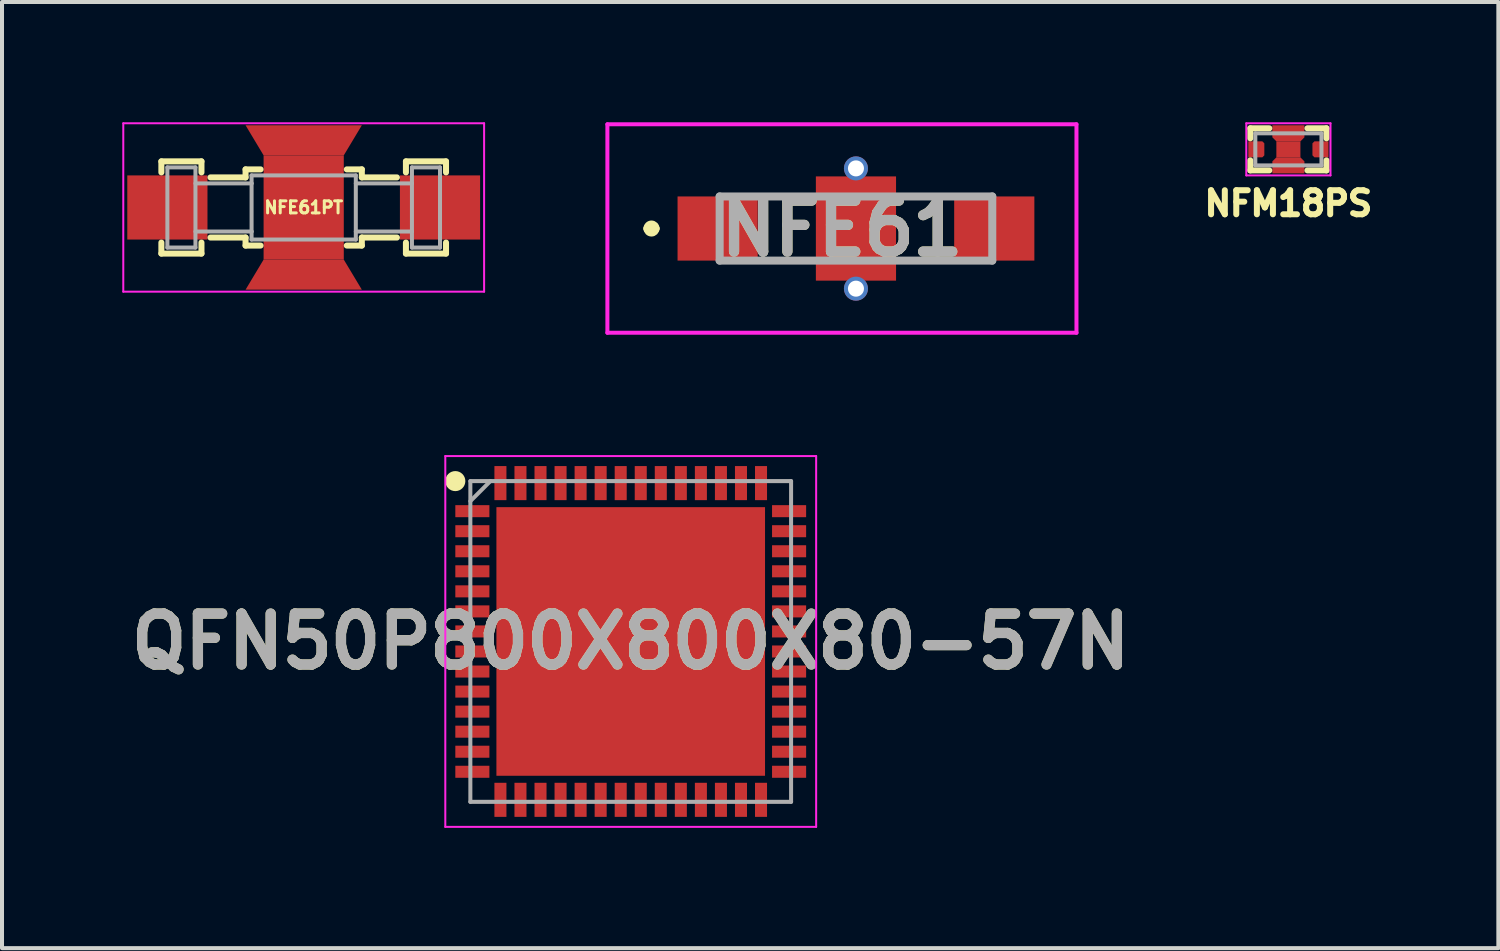
<source format=kicad_pcb>
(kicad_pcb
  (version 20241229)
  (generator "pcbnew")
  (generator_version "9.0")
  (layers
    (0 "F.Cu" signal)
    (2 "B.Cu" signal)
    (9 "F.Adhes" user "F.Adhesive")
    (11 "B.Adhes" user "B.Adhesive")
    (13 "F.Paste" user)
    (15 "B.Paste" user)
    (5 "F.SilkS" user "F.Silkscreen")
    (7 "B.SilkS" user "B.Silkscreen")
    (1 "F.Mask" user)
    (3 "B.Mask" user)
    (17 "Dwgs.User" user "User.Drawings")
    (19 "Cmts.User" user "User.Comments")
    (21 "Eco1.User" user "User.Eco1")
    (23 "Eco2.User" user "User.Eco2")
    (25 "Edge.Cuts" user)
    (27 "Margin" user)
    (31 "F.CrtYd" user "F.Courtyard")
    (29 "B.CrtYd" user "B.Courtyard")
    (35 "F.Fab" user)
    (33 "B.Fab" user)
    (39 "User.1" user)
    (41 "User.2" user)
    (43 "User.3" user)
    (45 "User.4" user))
  (footprint "NFE61"
    (layer "F.Cu")
    (at 18.3 2.65)
    (property "Reference" "NFE61" (at -0.35 0 0) (layer "F.SilkS") (effects (font (size 1.27 1.27) (thickness 0.254))))
    (attr through_hole)
    (fp_line (start -5.2 0) (end -5.2 0) (stroke (width 0.2) (type solid)) (layer "F.SilkS"))
    (fp_line (start -5 0) (end -5 0) (stroke (width 0.2) (type solid)) (layer "F.SilkS"))
    (fp_line (start -2.2 -0.8) (end -1.3 -0.8) (stroke (width 0.1) (type solid)) (layer "F.SilkS"))
    (fp_line (start -2.2 0.8) (end -1.3 0.8) (stroke (width 0.1) (type solid)) (layer "F.SilkS"))
    (fp_line (start 1.3 -0.8) (end 2.2 -0.8) (stroke (width 0.1) (type solid)) (layer "F.SilkS"))
    (fp_line (start 2.2 0.8) (end 1.3 0.8) (stroke (width 0.1) (type solid)) (layer "F.SilkS"))
    (fp_arc (start -5.2 0) (mid -5.1 -0.1) (end -5 0) (stroke (width 0.2) (type solid)) (layer "F.SilkS"))
    (fp_arc (start -5 0) (mid -5.1 0.1) (end -5.2 0) (stroke (width 0.2) (type solid)) (layer "F.SilkS"))
    (fp_line (start -6.2 -2.6) (end -6.2 2.6) (stroke (width 0.1) (type solid)) (layer "F.CrtYd"))
    (fp_line (start -6.2 2.6) (end 5.5 2.6) (stroke (width 0.1) (type solid)) (layer "F.CrtYd"))
    (fp_line (start 5.5 -2.6) (end -6.2 -2.6) (stroke (width 0.1) (type solid)) (layer "F.CrtYd"))
    (fp_line (start 5.5 2.6) (end 5.5 -2.6) (stroke (width 0.1) (type solid)) (layer "F.CrtYd"))
    (fp_line (start -3.4 -0.8) (end -3.4 0.8) (stroke (width 0.2) (type solid)) (layer "F.Fab"))
    (fp_line (start -3.4 0.8) (end 3.4 0.8) (stroke (width 0.2) (type solid)) (layer "F.Fab"))
    (fp_line (start 3.4 -0.8) (end -3.4 -0.8) (stroke (width 0.2) (type solid)) (layer "F.Fab"))
    (fp_line (start 3.4 0.8) (end 3.4 -0.8) (stroke (width 0.2) (type solid)) (layer "F.Fab"))
    (fp_text user "${REFERENCE}" (at -0.35 0 0) (layer "F.Fab") (effects (font (size 1.27 1.27) (thickness 0.254))))
    (pad "1" smd rect (at -3.45 0 90) (size 1.6 2) (layers "F.Cu" "F.Mask" "F.Paste"))
    (pad "2" smd rect (at 0 0) (size 2 2.6) (layers "F.Cu" "F.Mask" "F.Paste"))
    (pad "3" smd rect (at 3.45 0 90) (size 1.6 2) (layers "F.Cu" "F.Mask" "F.Paste"))
    (pad "4" thru_hole circle (at 0 -1.5) (size 0.6 0.6) (drill 0.4) (layers "*.Cu" "*.Mask"))
    (pad "5" thru_hole circle (at 0 1.5) (size 0.6 0.6) (drill 0.4) (layers "*.Cu" "*.Mask")))
  (footprint "QFN50P800X800X80-57N"
    (layer "F.Cu")
    (at 12.682 12.95)
    (property "Reference" "QFN50P800X800X80-57N" (at 0 0 0) (layer "F.SilkS") (effects (font (size 1.27 1.27) (thickness 0.254))))
    (attr smd)
    (fp_circle (center -4.375 -4) (end -4.375 -3.875) (stroke (width 0.25) (type solid)) (fill no) (layer "F.SilkS"))
    (fp_line (start -4.625 -4.625) (end 4.625 -4.625) (stroke (width 0.05) (type solid)) (layer "F.CrtYd"))
    (fp_line (start -4.625 4.625) (end -4.625 -4.625) (stroke (width 0.05) (type solid)) (layer "F.CrtYd"))
    (fp_line (start 4.625 -4.625) (end 4.625 4.625) (stroke (width 0.05) (type solid)) (layer "F.CrtYd"))
    (fp_line (start 4.625 4.625) (end -4.625 4.625) (stroke (width 0.05) (type solid)) (layer "F.CrtYd"))
    (fp_line (start -4 -4) (end 4 -4) (stroke (width 0.1) (type solid)) (layer "F.Fab"))
    (fp_line (start -4 -3.5) (end -3.5 -4) (stroke (width 0.1) (type solid)) (layer "F.Fab"))
    (fp_line (start -4 4) (end -4 -4) (stroke (width 0.1) (type solid)) (layer "F.Fab"))
    (fp_line (start 4 -4) (end 4 4) (stroke (width 0.1) (type solid)) (layer "F.Fab"))
    (fp_line (start 4 4) (end -4 4) (stroke (width 0.1) (type solid)) (layer "F.Fab"))
    (fp_text user "${REFERENCE}" (at 0 0 0) (layer "F.Fab") (effects (font (size 1.27 1.27) (thickness 0.254))))
    (pad "1" smd rect (at -3.95 -3.25 90) (size 0.3 0.85) (layers "F.Cu" "F.Mask" "F.Paste"))
    (pad "2" smd rect (at -3.95 -2.75 90) (size 0.3 0.85) (layers "F.Cu" "F.Mask" "F.Paste"))
    (pad "3" smd rect (at -3.95 -2.25 90) (size 0.3 0.85) (layers "F.Cu" "F.Mask" "F.Paste"))
    (pad "4" smd rect (at -3.95 -1.75 90) (size 0.3 0.85) (layers "F.Cu" "F.Mask" "F.Paste"))
    (pad "5" smd rect (at -3.95 -1.25 90) (size 0.3 0.85) (layers "F.Cu" "F.Mask" "F.Paste"))
    (pad "6" smd rect (at -3.95 -0.75 90) (size 0.3 0.85) (layers "F.Cu" "F.Mask" "F.Paste"))
    (pad "7" smd rect (at -3.95 -0.25 90) (size 0.3 0.85) (layers "F.Cu" "F.Mask" "F.Paste"))
    (pad "8" smd rect (at -3.95 0.25 90) (size 0.3 0.85) (layers "F.Cu" "F.Mask" "F.Paste"))
    (pad "9" smd rect (at -3.95 0.75 90) (size 0.3 0.85) (layers "F.Cu" "F.Mask" "F.Paste"))
    (pad "10" smd rect (at -3.95 1.25 90) (size 0.3 0.85) (layers "F.Cu" "F.Mask" "F.Paste"))
    (pad "11" smd rect (at -3.95 1.75 90) (size 0.3 0.85) (layers "F.Cu" "F.Mask" "F.Paste"))
    (pad "12" smd rect (at -3.95 2.25 90) (size 0.3 0.85) (layers "F.Cu" "F.Mask" "F.Paste"))
    (pad "13" smd rect (at -3.95 2.75 90) (size 0.3 0.85) (layers "F.Cu" "F.Mask" "F.Paste"))
    (pad "14" smd rect (at -3.95 3.25 90) (size 0.3 0.85) (layers "F.Cu" "F.Mask" "F.Paste"))
    (pad "15" smd rect (at -3.25 3.95) (size 0.3 0.85) (layers "F.Cu" "F.Mask" "F.Paste"))
    (pad "16" smd rect (at -2.75 3.95) (size 0.3 0.85) (layers "F.Cu" "F.Mask" "F.Paste"))
    (pad "17" smd rect (at -2.25 3.95) (size 0.3 0.85) (layers "F.Cu" "F.Mask" "F.Paste"))
    (pad "18" smd rect (at -1.75 3.95) (size 0.3 0.85) (layers "F.Cu" "F.Mask" "F.Paste"))
    (pad "19" smd rect (at -1.25 3.95) (size 0.3 0.85) (layers "F.Cu" "F.Mask" "F.Paste"))
    (pad "20" smd rect (at -0.75 3.95) (size 0.3 0.85) (layers "F.Cu" "F.Mask" "F.Paste"))
    (pad "21" smd rect (at -0.25 3.95) (size 0.3 0.85) (layers "F.Cu" "F.Mask" "F.Paste"))
    (pad "22" smd rect (at 0.25 3.95) (size 0.3 0.85) (layers "F.Cu" "F.Mask" "F.Paste"))
    (pad "23" smd rect (at 0.75 3.95) (size 0.3 0.85) (layers "F.Cu" "F.Mask" "F.Paste"))
    (pad "24" smd rect (at 1.25 3.95) (size 0.3 0.85) (layers "F.Cu" "F.Mask" "F.Paste"))
    (pad "25" smd rect (at 1.75 3.95) (size 0.3 0.85) (layers "F.Cu" "F.Mask" "F.Paste"))
    (pad "26" smd rect (at 2.25 3.95) (size 0.3 0.85) (layers "F.Cu" "F.Mask" "F.Paste"))
    (pad "27" smd rect (at 2.75 3.95) (size 0.3 0.85) (layers "F.Cu" "F.Mask" "F.Paste"))
    (pad "28" smd rect (at 3.25 3.95) (size 0.3 0.85) (layers "F.Cu" "F.Mask" "F.Paste"))
    (pad "29" smd rect (at 3.95 3.25 90) (size 0.3 0.85) (layers "F.Cu" "F.Mask" "F.Paste"))
    (pad "30" smd rect (at 3.95 2.75 90) (size 0.3 0.85) (layers "F.Cu" "F.Mask" "F.Paste"))
    (pad "31" smd rect (at 3.95 2.25 90) (size 0.3 0.85) (layers "F.Cu" "F.Mask" "F.Paste"))
    (pad "32" smd rect (at 3.95 1.75 90) (size 0.3 0.85) (layers "F.Cu" "F.Mask" "F.Paste"))
    (pad "33" smd rect (at 3.95 1.25 90) (size 0.3 0.85) (layers "F.Cu" "F.Mask" "F.Paste"))
    (pad "34" smd rect (at 3.95 0.75 90) (size 0.3 0.85) (layers "F.Cu" "F.Mask" "F.Paste"))
    (pad "35" smd rect (at 3.95 0.25 90) (size 0.3 0.85) (layers "F.Cu" "F.Mask" "F.Paste"))
    (pad "36" smd rect (at 3.95 -0.25 90) (size 0.3 0.85) (layers "F.Cu" "F.Mask" "F.Paste"))
    (pad "37" smd rect (at 3.95 -0.75 90) (size 0.3 0.85) (layers "F.Cu" "F.Mask" "F.Paste"))
    (pad "38" smd rect (at 3.95 -1.25 90) (size 0.3 0.85) (layers "F.Cu" "F.Mask" "F.Paste"))
    (pad "39" smd rect (at 3.95 -1.75 90) (size 0.3 0.85) (layers "F.Cu" "F.Mask" "F.Paste"))
    (pad "40" smd rect (at 3.95 -2.25 90) (size 0.3 0.85) (layers "F.Cu" "F.Mask" "F.Paste"))
    (pad "41" smd rect (at 3.95 -2.75 90) (size 0.3 0.85) (layers "F.Cu" "F.Mask" "F.Paste"))
    (pad "42" smd rect (at 3.95 -3.25 90) (size 0.3 0.85) (layers "F.Cu" "F.Mask" "F.Paste"))
    (pad "43" smd rect (at 3.25 -3.95) (size 0.3 0.85) (layers "F.Cu" "F.Mask" "F.Paste"))
    (pad "44" smd rect (at 2.75 -3.95) (size 0.3 0.85) (layers "F.Cu" "F.Mask" "F.Paste"))
    (pad "45" smd rect (at 2.25 -3.95) (size 0.3 0.85) (layers "F.Cu" "F.Mask" "F.Paste"))
    (pad "46" smd rect (at 1.75 -3.95) (size 0.3 0.85) (layers "F.Cu" "F.Mask" "F.Paste"))
    (pad "47" smd rect (at 1.25 -3.95) (size 0.3 0.85) (layers "F.Cu" "F.Mask" "F.Paste"))
    (pad "48" smd rect (at 0.75 -3.95) (size 0.3 0.85) (layers "F.Cu" "F.Mask" "F.Paste"))
    (pad "49" smd rect (at 0.25 -3.95) (size 0.3 0.85) (layers "F.Cu" "F.Mask" "F.Paste"))
    (pad "50" smd rect (at -0.25 -3.95) (size 0.3 0.85) (layers "F.Cu" "F.Mask" "F.Paste"))
    (pad "51" smd rect (at -0.75 -3.95) (size 0.3 0.85) (layers "F.Cu" "F.Mask" "F.Paste"))
    (pad "52" smd rect (at -1.25 -3.95) (size 0.3 0.85) (layers "F.Cu" "F.Mask" "F.Paste"))
    (pad "53" smd rect (at -1.75 -3.95) (size 0.3 0.85) (layers "F.Cu" "F.Mask" "F.Paste"))
    (pad "54" smd rect (at -2.25 -3.95) (size 0.3 0.85) (layers "F.Cu" "F.Mask" "F.Paste"))
    (pad "55" smd rect (at -2.75 -3.95) (size 0.3 0.85) (layers "F.Cu" "F.Mask" "F.Paste"))
    (pad "56" smd rect (at -3.25 -3.95) (size 0.3 0.85) (layers "F.Cu" "F.Mask" "F.Paste"))
    (pad "57" smd rect (at 0 0) (size 6.7 6.7) (layers "F.Cu" "F.Mask" "F.Paste")))
  (footprint "NFE61PT"
    (layer "F.Cu")
    (at 4.525 2.125)
    (property "Reference" "NFE61PT" (at 0 0 0) (layer "F.SilkS") (effects (font (size 0.3 0.3) (thickness 0.075))))
    (attr smd)
    (fp_line (start -3.55 -1.15) (end -2.55 -1.15) (stroke (width 0.15) (type solid)) (layer "F.SilkS"))
    (fp_line (start -3.55 -0.875) (end -3.55 -1.15) (stroke (width 0.15) (type solid)) (layer "F.SilkS"))
    (fp_line (start -3.55 0.875) (end -3.55 1.15) (stroke (width 0.15) (type solid)) (layer "F.SilkS"))
    (fp_line (start -3.55 1.15) (end -2.55 1.15) (stroke (width 0.15) (type solid)) (layer "F.SilkS"))
    (fp_line (start -2.55 -1.15) (end -2.55 -0.875) (stroke (width 0.15) (type solid)) (layer "F.SilkS"))
    (fp_line (start -2.55 1.15) (end -2.55 0.875) (stroke (width 0.15) (type solid)) (layer "F.SilkS"))
    (fp_line (start -2.325 -0.75) (end -1.45 -0.75) (stroke (width 0.15) (type solid)) (layer "F.SilkS"))
    (fp_line (start -2.325 0.75) (end -1.45 0.75) (stroke (width 0.15) (type solid)) (layer "F.SilkS"))
    (fp_line (start -1.45 -0.95) (end -1.075 -0.95) (stroke (width 0.15) (type solid)) (layer "F.SilkS"))
    (fp_line (start -1.45 -0.75) (end -1.45 -0.95) (stroke (width 0.15) (type solid)) (layer "F.SilkS"))
    (fp_line (start -1.45 0.75) (end -1.45 0.95) (stroke (width 0.15) (type solid)) (layer "F.SilkS"))
    (fp_line (start -1.45 0.95) (end -1.075 0.95) (stroke (width 0.15) (type solid)) (layer "F.SilkS"))
    (fp_line (start 1.075 -0.95) (end 1.45 -0.95) (stroke (width 0.15) (type solid)) (layer "F.SilkS"))
    (fp_line (start 1.075 0.95) (end 1.45 0.95) (stroke (width 0.15) (type solid)) (layer "F.SilkS"))
    (fp_line (start 1.45 -0.95) (end 1.45 -0.75) (stroke (width 0.15) (type solid)) (layer "F.SilkS"))
    (fp_line (start 1.45 -0.75) (end 2.325 -0.75) (stroke (width 0.15) (type solid)) (layer "F.SilkS"))
    (fp_line (start 1.45 0.75) (end 2.325 0.75) (stroke (width 0.15) (type solid)) (layer "F.SilkS"))
    (fp_line (start 1.45 0.95) (end 1.45 0.75) (stroke (width 0.15) (type solid)) (layer "F.SilkS"))
    (fp_line (start 2.55 -1.15) (end 3.55 -1.15) (stroke (width 0.15) (type solid)) (layer "F.SilkS"))
    (fp_line (start 2.55 -0.875) (end 2.55 -1.15) (stroke (width 0.15) (type solid)) (layer "F.SilkS"))
    (fp_line (start 2.55 0.875) (end 2.55 1.15) (stroke (width 0.15) (type solid)) (layer "F.SilkS"))
    (fp_line (start 2.55 1.15) (end 3.55 1.15) (stroke (width 0.15) (type solid)) (layer "F.SilkS"))
    (fp_line (start 3.55 -1.15) (end 3.55 -0.875) (stroke (width 0.15) (type solid)) (layer "F.SilkS"))
    (fp_line (start 3.55 1.15) (end 3.55 0.875) (stroke (width 0.15) (type solid)) (layer "F.SilkS"))
    (fp_line (start -4.5 -2.1) (end 4.5 -2.1) (stroke (width 0.05) (type solid)) (layer "F.CrtYd"))
    (fp_line (start -4.5 2.1) (end -4.5 -2.1) (stroke (width 0.05) (type solid)) (layer "F.CrtYd"))
    (fp_line (start 4.5 -2.1) (end 4.5 2.1) (stroke (width 0.05) (type solid)) (layer "F.CrtYd"))
    (fp_line (start 4.5 2.1) (end -4.5 2.1) (stroke (width 0.05) (type solid)) (layer "F.CrtYd"))
    (fp_line (start -3.4 -1) (end -3.4 1) (stroke (width 0.1) (type solid)) (layer "F.Fab"))
    (fp_line (start -3.4 -1) (end -2.7 -1) (stroke (width 0.1) (type solid)) (layer "F.Fab"))
    (fp_line (start -3.4 1) (end -2.7 1) (stroke (width 0.1) (type solid)) (layer "F.Fab"))
    (fp_line (start -2.7 -1) (end -2.7 1) (stroke (width 0.1) (type solid)) (layer "F.Fab"))
    (fp_line (start -2.7 -0.6) (end -1.3 -0.6) (stroke (width 0.1) (type solid)) (layer "F.Fab"))
    (fp_line (start -1.3 -0.8) (end 1.3 -0.8) (stroke (width 0.1) (type solid)) (layer "F.Fab"))
    (fp_line (start -1.3 -0.6) (end -1.3 -0.8) (stroke (width 0.1) (type solid)) (layer "F.Fab"))
    (fp_line (start -1.3 -0.6) (end -1.3 0.6) (stroke (width 0.1) (type solid)) (layer "F.Fab"))
    (fp_line (start -1.3 0.6) (end -2.7 0.6) (stroke (width 0.1) (type solid)) (layer "F.Fab"))
    (fp_line (start -1.3 0.8) (end -1.3 0.6) (stroke (width 0.1) (type solid)) (layer "F.Fab"))
    (fp_line (start 1.3 -0.8) (end 1.3 0.8) (stroke (width 0.1) (type solid)) (layer "F.Fab"))
    (fp_line (start 1.3 -0.6) (end 2.7 -0.6) (stroke (width 0.1) (type solid)) (layer "F.Fab"))
    (fp_line (start 1.3 0.8) (end -1.3 0.8) (stroke (width 0.1) (type solid)) (layer "F.Fab"))
    (fp_line (start 2.7 -1) (end 3.4 -1) (stroke (width 0.1) (type solid)) (layer "F.Fab"))
    (fp_line (start 2.7 -0.6) (end 2.7 -1) (stroke (width 0.1) (type solid)) (layer "F.Fab"))
    (fp_line (start 2.7 -0.6) (end 2.7 0.6) (stroke (width 0.1) (type solid)) (layer "F.Fab"))
    (fp_line (start 2.7 0.6) (end 1.3 0.6) (stroke (width 0.1) (type solid)) (layer "F.Fab"))
    (fp_line (start 2.7 1) (end 2.7 0.6) (stroke (width 0.1) (type solid)) (layer "F.Fab"))
    (fp_line (start 2.7 1) (end 3.4 1) (stroke (width 0.1) (type solid)) (layer "F.Fab"))
    (fp_line (start 3.4 -1) (end 3.4 1) (stroke (width 0.1) (type solid)) (layer "F.Fab"))
    (pad "1" smd rect (at -3.4 0) (size 2 1.6) (layers "F.Cu" "F.Mask" "F.Paste"))
    (pad "2" smd trapezoid (at 0 -1.675) (size 2.45 0.75) (rect_delta 0 -0.45) (layers "F.Cu"))
    (pad "2" smd rect (at 0 0) (size 2 2.6) (layers "F.Cu" "F.Mask" "F.Paste"))
    (pad "2" smd trapezoid (at 0 1.675 180) (size 2.45 0.75) (rect_delta 0 -0.45) (layers "F.Cu"))
    (pad "3" smd rect (at 3.4 0) (size 2 1.6) (layers "F.Cu" "F.Mask" "F.Paste")))
  (footprint "NFM18PS"
    (layer "F.Cu")
    (at 29.086 0.675)
    (property "Reference" "NFM18PS" (at 0 1.35 0) (layer "F.SilkS") (effects (font (size 0.6 0.6) (thickness 0.15))))
    (attr smd)
    (fp_line (start -0.95 -0.525) (end -0.475 -0.525) (stroke (width 0.15) (type solid)) (layer "F.SilkS"))
    (fp_line (start -0.95 -0.275) (end -0.95 -0.525) (stroke (width 0.15) (type solid)) (layer "F.SilkS"))
    (fp_line (start -0.95 0.275) (end -0.95 0.525) (stroke (width 0.15) (type solid)) (layer "F.SilkS"))
    (fp_line (start -0.95 0.525) (end -0.475 0.525) (stroke (width 0.15) (type solid)) (layer "F.SilkS"))
    (fp_line (start 0.475 -0.525) (end 0.95 -0.525) (stroke (width 0.15) (type solid)) (layer "F.SilkS"))
    (fp_line (start 0.95 -0.525) (end 0.95 -0.275) (stroke (width 0.15) (type solid)) (layer "F.SilkS"))
    (fp_line (start 0.95 0.275) (end 0.95 0.525) (stroke (width 0.15) (type solid)) (layer "F.SilkS"))
    (fp_line (start 0.95 0.525) (end 0.475 0.525) (stroke (width 0.15) (type solid)) (layer "F.SilkS"))
    (fp_line (start -1.05 -0.65) (end 1.05 -0.65) (stroke (width 0.05) (type solid)) (layer "F.CrtYd"))
    (fp_line (start -1.05 0.65) (end -1.05 -0.65) (stroke (width 0.05) (type solid)) (layer "F.CrtYd"))
    (fp_line (start 1.05 -0.65) (end 1.05 0.65) (stroke (width 0.05) (type solid)) (layer "F.CrtYd"))
    (fp_line (start 1.05 0.65) (end -1.05 0.65) (stroke (width 0.05) (type solid)) (layer "F.CrtYd"))
    (fp_line (start -0.825 -0.4) (end -0.825 0.4) (stroke (width 0.1) (type solid)) (layer "F.Fab"))
    (fp_line (start -0.825 0.4) (end 0.825 0.4) (stroke (width 0.1) (type solid)) (layer "F.Fab"))
    (fp_line (start 0.825 -0.4) (end -0.825 -0.4) (stroke (width 0.1) (type solid)) (layer "F.Fab"))
    (fp_line (start 0.825 0.4) (end 0.825 -0.4) (stroke (width 0.1) (type solid)) (layer "F.Fab"))
    (pad "1" smd custom (at -0.825 0) (size 0.35 0.4) (layers "F.Cu" "F.Mask" "F.Paste") (options (anchor rect)) (primitives (gr_poly (pts (xy -0.175 -0.2) (xy 0.175 -0.2) (xy 0.225 -0.15) (xy 0.225 0.15) (xy 0.175 0.2) (xy -0.175 0.2)) (width 0.000001) (fill yes))))
    (pad "2" smd custom (at 0 -0.45) (size 0.8 0.3) (layers "F.Cu" "F.Mask" "F.Paste") (options (anchor rect)) (primitives (gr_poly (pts (xy -0.4 -0.15) (xy 0.4 -0.15) (xy 0.4 0.15) (xy 0.3 0.25) (xy -0.3 0.25) (xy -0.4 0.15)) (width 0.000001) (fill yes))))
    (pad "2" smd trapezoid (at 0 0 180) (size 0.6 0.4) (layers "F.Cu"))
    (pad "2" smd custom (at 0 0.45) (size 0.8 0.3) (layers "F.Cu" "F.Mask" "F.Paste") (options (anchor rect)) (primitives (gr_poly (pts (xy -0.3 -0.25) (xy 0.3 -0.25) (xy 0.4 -0.15) (xy 0.4 0.15) (xy -0.4 0.15) (xy -0.4 -0.15)) (width 0.000001) (fill yes))))
    (pad "3" smd custom (at 0.825 0) (size 0.35 0.4) (layers "F.Cu" "F.Mask" "F.Paste") (options (anchor rect)) (primitives (gr_poly (pts (xy 0.175 -0.2) (xy -0.175 -0.2) (xy -0.225 -0.15) (xy -0.225 0.15) (xy -0.175 0.2) (xy 0.175 0.2)) (width 0.000001) (fill yes)))))
  (gr_rect
    (start -3 -3)
    (end 34.323 20.6)
    (stroke (width 0.1) (type default))
    (fill no)
    (layer "Edge.Cuts")))
</source>
